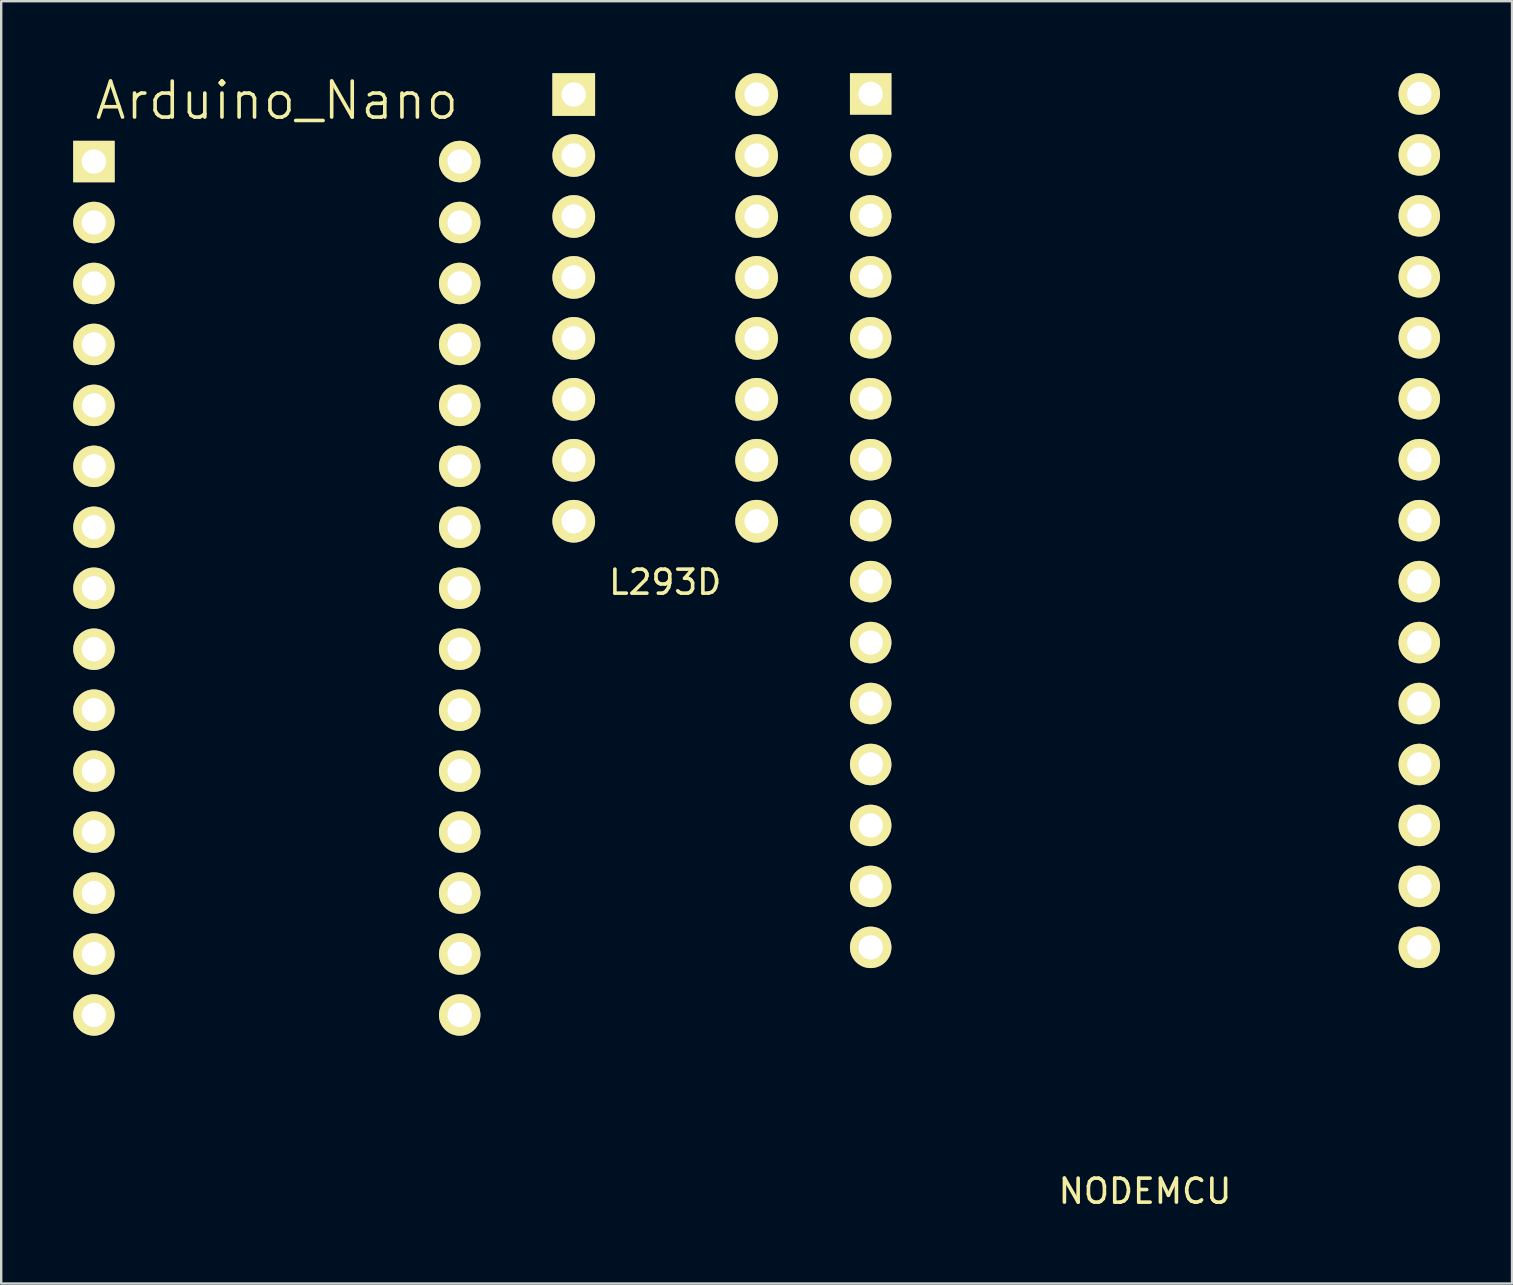
<source format=kicad_pcb>
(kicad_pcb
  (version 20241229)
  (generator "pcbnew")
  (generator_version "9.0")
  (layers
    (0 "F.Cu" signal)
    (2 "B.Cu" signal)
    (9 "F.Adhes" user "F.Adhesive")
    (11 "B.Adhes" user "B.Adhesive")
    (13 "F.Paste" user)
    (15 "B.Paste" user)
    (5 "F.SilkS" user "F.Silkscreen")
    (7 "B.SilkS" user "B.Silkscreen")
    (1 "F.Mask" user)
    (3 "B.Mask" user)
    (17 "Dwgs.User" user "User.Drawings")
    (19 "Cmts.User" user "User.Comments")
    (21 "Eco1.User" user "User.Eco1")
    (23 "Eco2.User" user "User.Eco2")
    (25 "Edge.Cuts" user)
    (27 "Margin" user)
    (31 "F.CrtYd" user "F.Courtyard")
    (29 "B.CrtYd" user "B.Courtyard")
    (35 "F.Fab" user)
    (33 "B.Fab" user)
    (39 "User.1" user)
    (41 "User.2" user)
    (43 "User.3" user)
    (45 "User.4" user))
  (footprint "L293D"
    (layer "F.Cu")
    (at 24.666 3.429)
    (property "Reference" "L293D" (at 0 17.78 0) (layer "F.SilkS") (effects (font (size 1 1) (thickness 0.15))))
    (attr through_hole)
    (pad "1" thru_hole rect (at -3.81 -2.54) (size 1.778 1.778) (drill 1.016) (layers "*.Cu" "*.Mask" "F.SilkS"))
    (pad "2" thru_hole circle (at -3.81 0) (size 1.778 1.778) (drill 1.016) (layers "*.Cu" "*.Mask" "F.SilkS"))
    (pad "3" thru_hole circle (at -3.81 2.54) (size 1.778 1.778) (drill 1.016) (layers "*.Cu" "*.Mask" "F.SilkS"))
    (pad "4" thru_hole circle (at -3.81 5.08) (size 1.778 1.778) (drill 1.016) (layers "*.Cu" "*.Mask" "F.SilkS"))
    (pad "5" thru_hole circle (at -3.81 7.62) (size 1.778 1.778) (drill 1.016) (layers "*.Cu" "*.Mask" "F.SilkS"))
    (pad "6" thru_hole circle (at -3.81 10.16) (size 1.778 1.778) (drill 1.016) (layers "*.Cu" "*.Mask" "F.SilkS"))
    (pad "7" thru_hole circle (at -3.81 12.7) (size 1.778 1.778) (drill 1.016) (layers "*.Cu" "*.Mask" "F.SilkS"))
    (pad "8" thru_hole circle (at -3.81 15.24) (size 1.778 1.778) (drill 1.016) (layers "*.Cu" "*.Mask" "F.SilkS"))
    (pad "9" thru_hole circle (at 3.81 15.24) (size 1.778 1.778) (drill 1.016) (layers "*.Cu" "*.Mask" "F.SilkS"))
    (pad "10" thru_hole circle (at 3.81 12.7) (size 1.778 1.778) (drill 1.016) (layers "*.Cu" "*.Mask" "F.SilkS"))
    (pad "11" thru_hole circle (at 3.81 10.16) (size 1.778 1.778) (drill 1.016) (layers "*.Cu" "*.Mask" "F.SilkS"))
    (pad "12" thru_hole circle (at 3.81 7.62) (size 1.778 1.778) (drill 1.016) (layers "*.Cu" "*.Mask" "F.SilkS"))
    (pad "13" thru_hole circle (at 3.81 5.08) (size 1.778 1.778) (drill 1.016) (layers "*.Cu" "*.Mask" "F.SilkS"))
    (pad "14" thru_hole circle (at 3.81 2.54) (size 1.778 1.778) (drill 1.016) (layers "*.Cu" "*.Mask" "F.SilkS"))
    (pad "15" thru_hole circle (at 3.81 0) (size 1.778 1.778) (drill 1.016) (layers "*.Cu" "*.Mask" "F.SilkS"))
    (pad "16" thru_hole circle (at 3.81 -2.54) (size 1.778 1.778) (drill 1.016) (layers "*.Cu" "*.Mask" "F.SilkS")))
  (footprint "Arduino_Nano"
    (layer "F.Cu")
    (at 8.484 36.701)
    (property "Reference" "Arduino_Nano" (at 0 -35.56 0) (layer "F.SilkS") (effects (font (size 1.5 1.5) (thickness 0.15))))
    (attr through_hole)
    (pad "1" thru_hole rect (at -7.62 -33.02) (size 1.727 1.727) (drill 1.016) (layers "*.Cu" "*.Mask" "F.SilkS"))
    (pad "2" thru_hole circle (at -7.62 -30.48) (size 1.727 1.727) (drill 1.016) (layers "*.Cu" "*.Mask" "F.SilkS"))
    (pad "3" thru_hole circle (at -7.62 -27.94) (size 1.727 1.727) (drill 1.016) (layers "*.Cu" "*.Mask" "F.SilkS"))
    (pad "4" thru_hole circle (at -7.62 -25.4) (size 1.727 1.727) (drill 1.016) (layers "*.Cu" "*.Mask" "F.SilkS"))
    (pad "5" thru_hole circle (at -7.62 -22.86) (size 1.727 1.727) (drill 1.016) (layers "*.Cu" "*.Mask" "F.SilkS"))
    (pad "6" thru_hole circle (at -7.62 -20.32) (size 1.727 1.727) (drill 1.016) (layers "*.Cu" "*.Mask" "F.SilkS"))
    (pad "7" thru_hole circle (at -7.62 -17.78) (size 1.727 1.727) (drill 1.016) (layers "*.Cu" "*.Mask" "F.SilkS"))
    (pad "8" thru_hole circle (at -7.62 -15.24) (size 1.727 1.727) (drill 1.016) (layers "*.Cu" "*.Mask" "F.SilkS"))
    (pad "9" thru_hole circle (at -7.62 -12.7) (size 1.727 1.727) (drill 1.016) (layers "*.Cu" "*.Mask" "F.SilkS"))
    (pad "10" thru_hole circle (at -7.62 -10.16) (size 1.727 1.727) (drill 1.016) (layers "*.Cu" "*.Mask" "F.SilkS"))
    (pad "11" thru_hole circle (at -7.62 -7.62) (size 1.727 1.727) (drill 1.016) (layers "*.Cu" "*.Mask" "F.SilkS"))
    (pad "12" thru_hole circle (at -7.62 -5.08) (size 1.727 1.727) (drill 1.016) (layers "*.Cu" "*.Mask" "F.SilkS"))
    (pad "13" thru_hole circle (at -7.62 -2.54) (size 1.727 1.727) (drill 1.016) (layers "*.Cu" "*.Mask" "F.SilkS"))
    (pad "14" thru_hole circle (at -7.62 0) (size 1.727 1.727) (drill 1.016) (layers "*.Cu" "*.Mask" "F.SilkS"))
    (pad "15" thru_hole circle (at -7.62 2.54) (size 1.727 1.727) (drill 1.016) (layers "*.Cu" "*.Mask" "F.SilkS"))
    (pad "16" thru_hole circle (at 7.62 -33.02) (size 1.727 1.727) (drill 1.016) (layers "*.Cu" "*.Mask" "F.SilkS"))
    (pad "17" thru_hole circle (at 7.62 -30.48) (size 1.727 1.727) (drill 1.016) (layers "*.Cu" "*.Mask" "F.SilkS"))
    (pad "18" thru_hole circle (at 7.62 -27.94) (size 1.727 1.727) (drill 1.016) (layers "*.Cu" "*.Mask" "F.SilkS"))
    (pad "19" thru_hole circle (at 7.62 -25.4) (size 1.727 1.727) (drill 1.016) (layers "*.Cu" "*.Mask" "F.SilkS"))
    (pad "20" thru_hole circle (at 7.62 -22.86) (size 1.727 1.727) (drill 1.016) (layers "*.Cu" "*.Mask" "F.SilkS"))
    (pad "21" thru_hole circle (at 7.62 -20.32) (size 1.727 1.727) (drill 1.016) (layers "*.Cu" "*.Mask" "F.SilkS"))
    (pad "22" thru_hole circle (at 7.62 -17.78) (size 1.727 1.727) (drill 1.016) (layers "*.Cu" "*.Mask" "F.SilkS"))
    (pad "23" thru_hole circle (at 7.62 -15.24) (size 1.727 1.727) (drill 1.016) (layers "*.Cu" "*.Mask" "F.SilkS"))
    (pad "24" thru_hole circle (at 7.62 -12.7) (size 1.727 1.727) (drill 1.016) (layers "*.Cu" "*.Mask" "F.SilkS"))
    (pad "25" thru_hole circle (at 7.62 -10.16) (size 1.727 1.727) (drill 1.016) (layers "*.Cu" "*.Mask" "F.SilkS"))
    (pad "26" thru_hole circle (at 7.62 -7.62) (size 1.727 1.727) (drill 1.016) (layers "*.Cu" "*.Mask" "F.SilkS"))
    (pad "27" thru_hole circle (at 7.62 -5.08) (size 1.727 1.727) (drill 1.016) (layers "*.Cu" "*.Mask" "F.SilkS"))
    (pad "28" thru_hole circle (at 7.62 -2.54) (size 1.727 1.727) (drill 1.016) (layers "*.Cu" "*.Mask" "F.SilkS"))
    (pad "29" thru_hole circle (at 7.62 0) (size 1.727 1.727) (drill 1.016) (layers "*.Cu" "*.Mask" "F.SilkS"))
    (pad "30" thru_hole circle (at 7.62 2.54) (size 1.727 1.727) (drill 1.016) (layers "*.Cu" "*.Mask" "F.SilkS")))
  (footprint "NODEMCU"
    (layer "F.Cu")
    (at 33.229 0.864)
    (property "Reference" "NODEMCU" (at 11.43 45.72 0) (layer "F.SilkS") (effects (font (size 1 1) (thickness 0.15))))
    (attr through_hole)
    (pad "1" thru_hole rect (at 0 0) (size 1.727 1.727) (drill 1.016) (layers "*.Cu" "*.Mask" "F.SilkS"))
    (pad "2" thru_hole circle (at 0 2.54) (size 1.727 1.727) (drill 1.016) (layers "*.Cu" "*.Mask" "F.SilkS"))
    (pad "3" thru_hole circle (at 0 5.08) (size 1.727 1.727) (drill 1.016) (layers "*.Cu" "*.Mask" "F.SilkS"))
    (pad "4" thru_hole circle (at 0 7.62) (size 1.727 1.727) (drill 1.016) (layers "*.Cu" "*.Mask" "F.SilkS"))
    (pad "5" thru_hole circle (at 0 10.16) (size 1.727 1.727) (drill 1.016) (layers "*.Cu" "*.Mask" "F.SilkS"))
    (pad "6" thru_hole circle (at 0 12.7) (size 1.727 1.727) (drill 1.016) (layers "*.Cu" "*.Mask" "F.SilkS"))
    (pad "7" thru_hole circle (at 0 15.24) (size 1.727 1.727) (drill 1.016) (layers "*.Cu" "*.Mask" "F.SilkS"))
    (pad "8" thru_hole circle (at 0 17.78) (size 1.727 1.727) (drill 1.016) (layers "*.Cu" "*.Mask" "F.SilkS"))
    (pad "9" thru_hole circle (at 0 20.32) (size 1.727 1.727) (drill 1.016) (layers "*.Cu" "*.Mask" "F.SilkS"))
    (pad "10" thru_hole circle (at 0 22.86) (size 1.727 1.727) (drill 1.016) (layers "*.Cu" "*.Mask" "F.SilkS"))
    (pad "11" thru_hole circle (at 0 25.4) (size 1.727 1.727) (drill 1.016) (layers "*.Cu" "*.Mask" "F.SilkS"))
    (pad "12" thru_hole circle (at 0 27.94) (size 1.727 1.727) (drill 1.016) (layers "*.Cu" "*.Mask" "F.SilkS"))
    (pad "13" thru_hole circle (at 0 30.48) (size 1.727 1.727) (drill 1.016) (layers "*.Cu" "*.Mask" "F.SilkS"))
    (pad "14" thru_hole circle (at 0 33.02) (size 1.727 1.727) (drill 1.016) (layers "*.Cu" "*.Mask" "F.SilkS"))
    (pad "15" thru_hole circle (at 0 35.56) (size 1.727 1.727) (drill 1.016) (layers "*.Cu" "*.Mask" "F.SilkS"))
    (pad "16" thru_hole circle (at 22.86 35.56) (size 1.727 1.727) (drill 1.016) (layers "*.Cu" "*.Mask" "F.SilkS"))
    (pad "17" thru_hole circle (at 22.86 33.02) (size 1.727 1.727) (drill 1.016) (layers "*.Cu" "*.Mask" "F.SilkS"))
    (pad "18" thru_hole circle (at 22.86 30.48) (size 1.727 1.727) (drill 1.016) (layers "*.Cu" "*.Mask" "F.SilkS"))
    (pad "19" thru_hole circle (at 22.86 27.94) (size 1.727 1.727) (drill 1.016) (layers "*.Cu" "*.Mask" "F.SilkS"))
    (pad "20" thru_hole circle (at 22.86 25.4) (size 1.727 1.727) (drill 1.016) (layers "*.Cu" "*.Mask" "F.SilkS"))
    (pad "21" thru_hole circle (at 22.86 22.86) (size 1.727 1.727) (drill 1.016) (layers "*.Cu" "*.Mask" "F.SilkS"))
    (pad "22" thru_hole circle (at 22.86 20.32) (size 1.727 1.727) (drill 1.016) (layers "*.Cu" "*.Mask" "F.SilkS"))
    (pad "23" thru_hole circle (at 22.86 17.78) (size 1.727 1.727) (drill 1.016) (layers "*.Cu" "*.Mask" "F.SilkS"))
    (pad "24" thru_hole circle (at 22.86 15.24) (size 1.727 1.727) (drill 1.016) (layers "*.Cu" "*.Mask" "F.SilkS"))
    (pad "25" thru_hole circle (at 22.86 12.7) (size 1.727 1.727) (drill 1.016) (layers "*.Cu" "*.Mask" "F.SilkS"))
    (pad "26" thru_hole circle (at 22.86 10.16) (size 1.727 1.727) (drill 1.016) (layers "*.Cu" "*.Mask" "F.SilkS"))
    (pad "27" thru_hole circle (at 22.86 7.62) (size 1.727 1.727) (drill 1.016) (layers "*.Cu" "*.Mask" "F.SilkS"))
    (pad "28" thru_hole circle (at 22.86 5.08) (size 1.727 1.727) (drill 1.016) (layers "*.Cu" "*.Mask" "F.SilkS"))
    (pad "29" thru_hole circle (at 22.86 2.54) (size 1.727 1.727) (drill 1.016) (layers "*.Cu" "*.Mask" "F.SilkS"))
    (pad "30" thru_hole circle (at 22.86 0) (size 1.727 1.727) (drill 1.016) (layers "*.Cu" "*.Mask" "F.SilkS")))
  (gr_rect
    (start -3 -3)
    (end 59.952 50.432)
    (stroke (width 0.1) (type default))
    (fill no)
    (layer "Edge.Cuts")))
</source>
